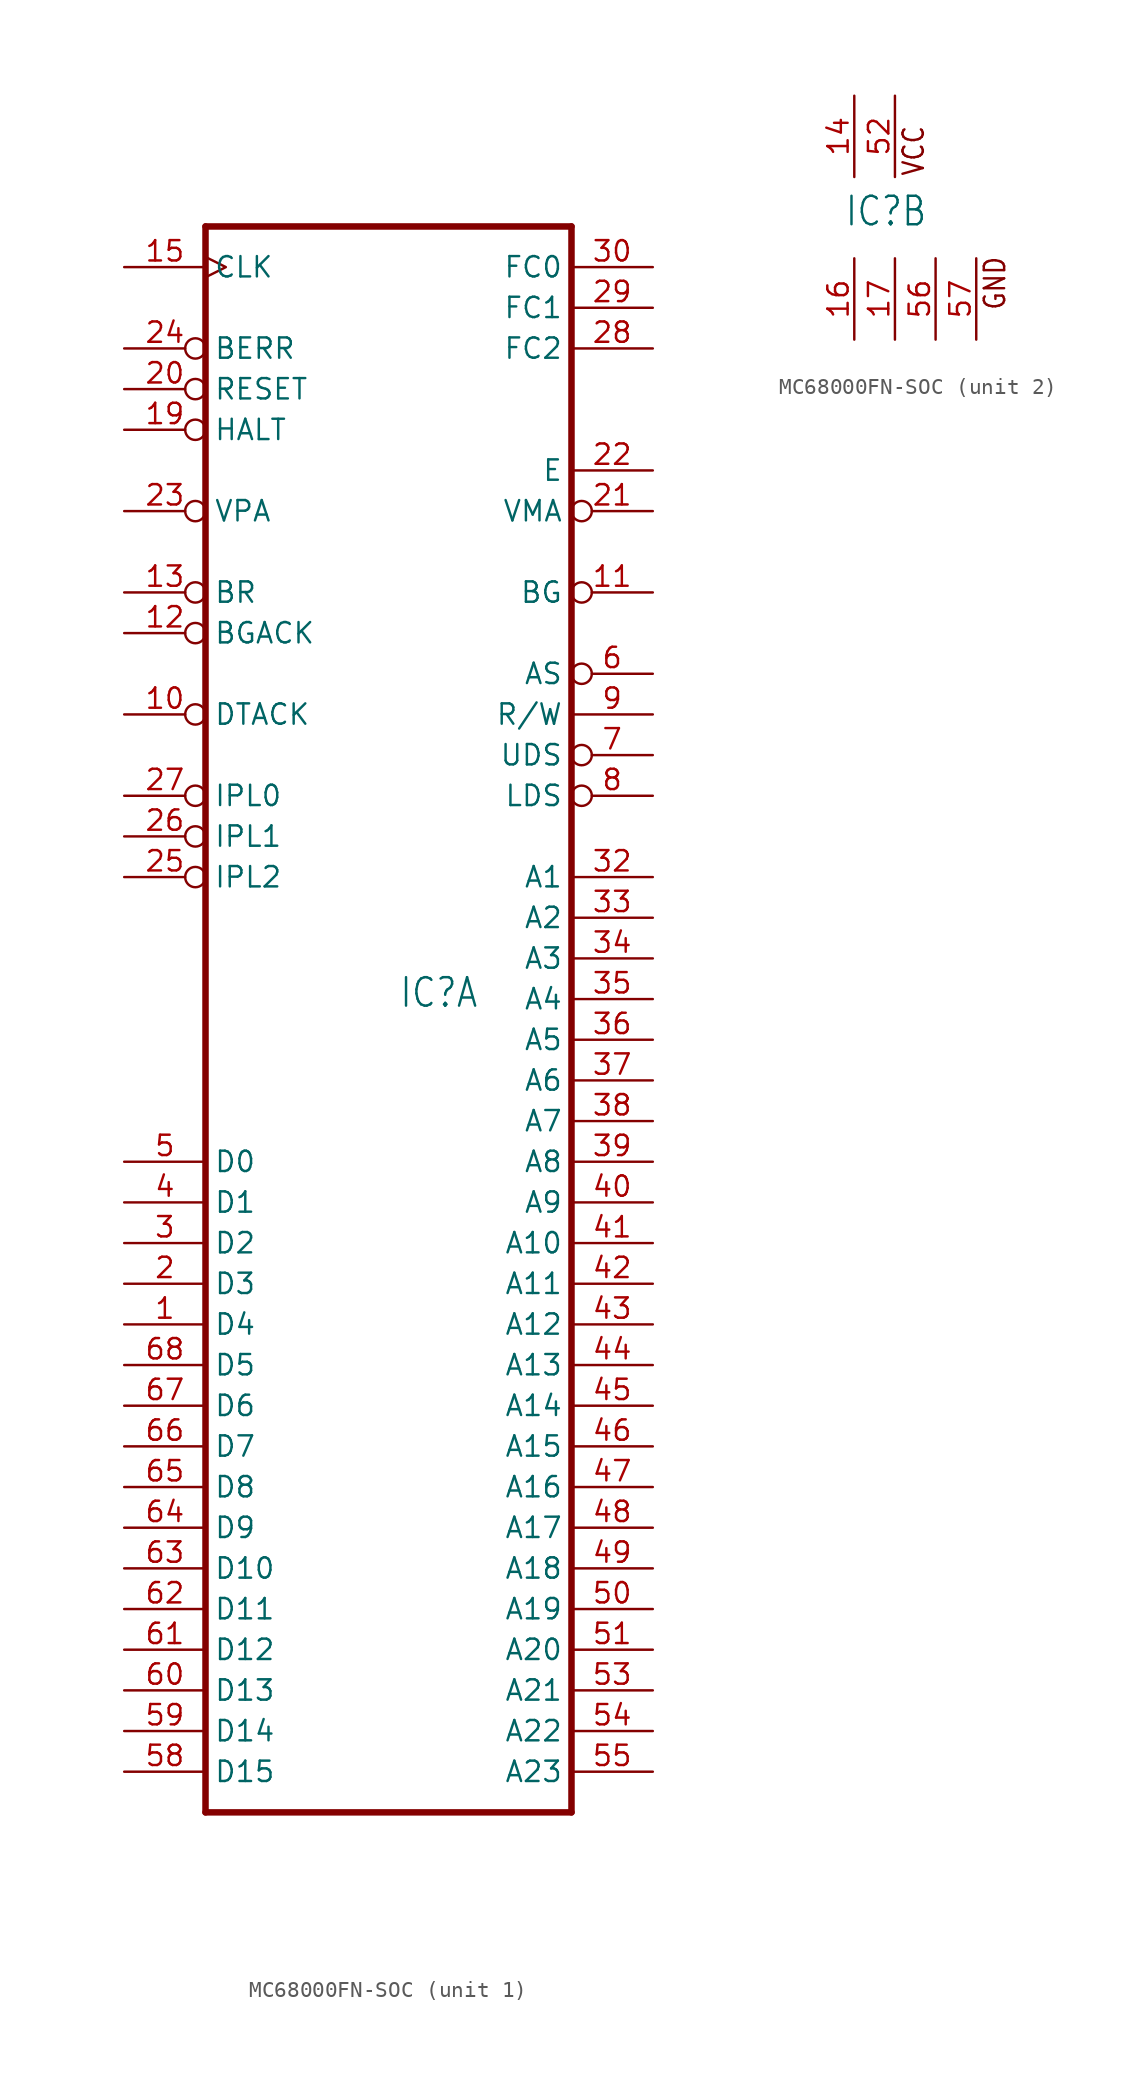
<source format=kicad_sym>
(kicad_symbol_lib
  (version 20231120)
  (generator "kicad_symbol_editor")
  (generator_version "8.0")
  (symbol "MC68000FN-SOC"
    (property "Reference" "IC"
      (at -0.635 -0.635 0)
      (effects (font (size 1.778 1.511)) (justify left bottom)))
    (property "ki_locked" ""
      (at 0 0 0)
      (effects (font (size 1.27 1.27))))
    (symbol "MC68000FN-SOC_1_0"
      (polyline (pts (xy -12.7 -50.8) (xy -12.7 48.26)) (stroke (width 0.406) (type default)) (fill (type none)))
      (polyline (pts (xy -12.7 -50.8) (xy 10.16 -50.8)) (stroke (width 0.406) (type default)) (fill (type none)))
      (polyline (pts (xy 10.16 48.26) (xy -12.7 48.26)) (stroke (width 0.406) (type default)) (fill (type none)))
      (polyline (pts (xy 10.16 48.26) (xy 10.16 -50.8)) (stroke (width 0.406) (type default)) (fill (type none)))
      (pin bidirectional line (at -17.78 -20.32 0) (length 5.08) (name "D4" (effects (font (size 1.27 1.27)))) (number "1" (effects (font (size 1.27 1.27)))))
      (pin input inverted (at -17.78 17.78 0) (length 5.08) (name "DTACK" (effects (font (size 1.27 1.27)))) (number "10" (effects (font (size 1.27 1.27)))))
      (pin output inverted (at 15.24 25.4 180) (length 5.08) (name "BG" (effects (font (size 1.27 1.27)))) (number "11" (effects (font (size 1.27 1.27)))))
      (pin input inverted (at -17.78 22.86 0) (length 5.08) (name "BGACK" (effects (font (size 1.27 1.27)))) (number "12" (effects (font (size 1.27 1.27)))))
      (pin input inverted (at -17.78 25.4 0) (length 5.08) (name "BR" (effects (font (size 1.27 1.27)))) (number "13" (effects (font (size 1.27 1.27)))))
      (pin input clock (at -17.78 45.72 0) (length 5.08) (name "CLK" (effects (font (size 1.27 1.27)))) (number "15" (effects (font (size 1.27 1.27)))))
      (pin no_connect line (at -17.78 -2.54 0) (length 5.08) hide (name "NC" (effects (font (size 1.27 1.27)))) (number "18" (effects (font (size 1.27 1.27)))))
      (pin bidirectional inverted (at -17.78 35.56 0) (length 5.08) (name "HALT" (effects (font (size 1.27 1.27)))) (number "19" (effects (font (size 1.27 1.27)))))
      (pin bidirectional line (at -17.78 -17.78 0) (length 5.08) (name "D3" (effects (font (size 1.27 1.27)))) (number "2" (effects (font (size 1.27 1.27)))))
      (pin bidirectional inverted (at -17.78 38.1 0) (length 5.08) (name "RESET" (effects (font (size 1.27 1.27)))) (number "20" (effects (font (size 1.27 1.27)))))
      (pin output inverted (at 15.24 30.48 180) (length 5.08) (name "VMA" (effects (font (size 1.27 1.27)))) (number "21" (effects (font (size 1.27 1.27)))))
      (pin output line (at 15.24 33.02 180) (length 5.08) (name "E" (effects (font (size 1.27 1.27)))) (number "22" (effects (font (size 1.27 1.27)))))
      (pin input inverted (at -17.78 30.48 0) (length 5.08) (name "VPA" (effects (font (size 1.27 1.27)))) (number "23" (effects (font (size 1.27 1.27)))))
      (pin input inverted (at -17.78 40.64 0) (length 5.08) (name "BERR" (effects (font (size 1.27 1.27)))) (number "24" (effects (font (size 1.27 1.27)))))
      (pin input inverted (at -17.78 7.62 0) (length 5.08) (name "IPL2" (effects (font (size 1.27 1.27)))) (number "25" (effects (font (size 1.27 1.27)))))
      (pin input inverted (at -17.78 10.16 0) (length 5.08) (name "IPL1" (effects (font (size 1.27 1.27)))) (number "26" (effects (font (size 1.27 1.27)))))
      (pin input inverted (at -17.78 12.7 0) (length 5.08) (name "IPL0" (effects (font (size 1.27 1.27)))) (number "27" (effects (font (size 1.27 1.27)))))
      (pin output line (at 15.24 40.64 180) (length 5.08) (name "FC2" (effects (font (size 1.27 1.27)))) (number "28" (effects (font (size 1.27 1.27)))))
      (pin output line (at 15.24 43.18 180) (length 5.08) (name "FC1" (effects (font (size 1.27 1.27)))) (number "29" (effects (font (size 1.27 1.27)))))
      (pin bidirectional line (at -17.78 -15.24 0) (length 5.08) (name "D2" (effects (font (size 1.27 1.27)))) (number "3" (effects (font (size 1.27 1.27)))))
      (pin output line (at 15.24 45.72 180) (length 5.08) (name "FC0" (effects (font (size 1.27 1.27)))) (number "30" (effects (font (size 1.27 1.27)))))
      (pin no_connect line (at -17.78 -5.08 0) (length 5.08) hide (name "NC" (effects (font (size 1.27 1.27)))) (number "31" (effects (font (size 1.27 1.27)))))
      (pin output line (at 15.24 7.62 180) (length 5.08) (name "A1" (effects (font (size 1.27 1.27)))) (number "32" (effects (font (size 1.27 1.27)))))
      (pin output line (at 15.24 5.08 180) (length 5.08) (name "A2" (effects (font (size 1.27 1.27)))) (number "33" (effects (font (size 1.27 1.27)))))
      (pin output line (at 15.24 2.54 180) (length 5.08) (name "A3" (effects (font (size 1.27 1.27)))) (number "34" (effects (font (size 1.27 1.27)))))
      (pin output line (at 15.24 0 180) (length 5.08) (name "A4" (effects (font (size 1.27 1.27)))) (number "35" (effects (font (size 1.27 1.27)))))
      (pin output line (at 15.24 -2.54 180) (length 5.08) (name "A5" (effects (font (size 1.27 1.27)))) (number "36" (effects (font (size 1.27 1.27)))))
      (pin output line (at 15.24 -5.08 180) (length 5.08) (name "A6" (effects (font (size 1.27 1.27)))) (number "37" (effects (font (size 1.27 1.27)))))
      (pin output line (at 15.24 -7.62 180) (length 5.08) (name "A7" (effects (font (size 1.27 1.27)))) (number "38" (effects (font (size 1.27 1.27)))))
      (pin output line (at 15.24 -10.16 180) (length 5.08) (name "A8" (effects (font (size 1.27 1.27)))) (number "39" (effects (font (size 1.27 1.27)))))
      (pin bidirectional line (at -17.78 -12.7 0) (length 5.08) (name "D1" (effects (font (size 1.27 1.27)))) (number "4" (effects (font (size 1.27 1.27)))))
      (pin output line (at 15.24 -12.7 180) (length 5.08) (name "A9" (effects (font (size 1.27 1.27)))) (number "40" (effects (font (size 1.27 1.27)))))
      (pin output line (at 15.24 -15.24 180) (length 5.08) (name "A10" (effects (font (size 1.27 1.27)))) (number "41" (effects (font (size 1.27 1.27)))))
      (pin output line (at 15.24 -17.78 180) (length 5.08) (name "A11" (effects (font (size 1.27 1.27)))) (number "42" (effects (font (size 1.27 1.27)))))
      (pin output line (at 15.24 -20.32 180) (length 5.08) (name "A12" (effects (font (size 1.27 1.27)))) (number "43" (effects (font (size 1.27 1.27)))))
      (pin output line (at 15.24 -22.86 180) (length 5.08) (name "A13" (effects (font (size 1.27 1.27)))) (number "44" (effects (font (size 1.27 1.27)))))
      (pin output line (at 15.24 -25.4 180) (length 5.08) (name "A14" (effects (font (size 1.27 1.27)))) (number "45" (effects (font (size 1.27 1.27)))))
      (pin output line (at 15.24 -27.94 180) (length 5.08) (name "A15" (effects (font (size 1.27 1.27)))) (number "46" (effects (font (size 1.27 1.27)))))
      (pin output line (at 15.24 -30.48 180) (length 5.08) (name "A16" (effects (font (size 1.27 1.27)))) (number "47" (effects (font (size 1.27 1.27)))))
      (pin output line (at 15.24 -33.02 180) (length 5.08) (name "A17" (effects (font (size 1.27 1.27)))) (number "48" (effects (font (size 1.27 1.27)))))
      (pin output line (at 15.24 -35.56 180) (length 5.08) (name "A18" (effects (font (size 1.27 1.27)))) (number "49" (effects (font (size 1.27 1.27)))))
      (pin bidirectional line (at -17.78 -10.16 0) (length 5.08) (name "D0" (effects (font (size 1.27 1.27)))) (number "5" (effects (font (size 1.27 1.27)))))
      (pin output line (at 15.24 -38.1 180) (length 5.08) (name "A19" (effects (font (size 1.27 1.27)))) (number "50" (effects (font (size 1.27 1.27)))))
      (pin output line (at 15.24 -40.64 180) (length 5.08) (name "A20" (effects (font (size 1.27 1.27)))) (number "51" (effects (font (size 1.27 1.27)))))
      (pin output line (at 15.24 -43.18 180) (length 5.08) (name "A21" (effects (font (size 1.27 1.27)))) (number "53" (effects (font (size 1.27 1.27)))))
      (pin output line (at 15.24 -45.72 180) (length 5.08) (name "A22" (effects (font (size 1.27 1.27)))) (number "54" (effects (font (size 1.27 1.27)))))
      (pin output line (at 15.24 -48.26 180) (length 5.08) (name "A23" (effects (font (size 1.27 1.27)))) (number "55" (effects (font (size 1.27 1.27)))))
      (pin bidirectional line (at -17.78 -48.26 0) (length 5.08) (name "D15" (effects (font (size 1.27 1.27)))) (number "58" (effects (font (size 1.27 1.27)))))
      (pin bidirectional line (at -17.78 -45.72 0) (length 5.08) (name "D14" (effects (font (size 1.27 1.27)))) (number "59" (effects (font (size 1.27 1.27)))))
      (pin output inverted (at 15.24 20.32 180) (length 5.08) (name "AS" (effects (font (size 1.27 1.27)))) (number "6" (effects (font (size 1.27 1.27)))))
      (pin bidirectional line (at -17.78 -43.18 0) (length 5.08) (name "D13" (effects (font (size 1.27 1.27)))) (number "60" (effects (font (size 1.27 1.27)))))
      (pin bidirectional line (at -17.78 -40.64 0) (length 5.08) (name "D12" (effects (font (size 1.27 1.27)))) (number "61" (effects (font (size 1.27 1.27)))))
      (pin bidirectional line (at -17.78 -38.1 0) (length 5.08) (name "D11" (effects (font (size 1.27 1.27)))) (number "62" (effects (font (size 1.27 1.27)))))
      (pin bidirectional line (at -17.78 -35.56 0) (length 5.08) (name "D10" (effects (font (size 1.27 1.27)))) (number "63" (effects (font (size 1.27 1.27)))))
      (pin bidirectional line (at -17.78 -33.02 0) (length 5.08) (name "D9" (effects (font (size 1.27 1.27)))) (number "64" (effects (font (size 1.27 1.27)))))
      (pin bidirectional line (at -17.78 -30.48 0) (length 5.08) (name "D8" (effects (font (size 1.27 1.27)))) (number "65" (effects (font (size 1.27 1.27)))))
      (pin bidirectional line (at -17.78 -27.94 0) (length 5.08) (name "D7" (effects (font (size 1.27 1.27)))) (number "66" (effects (font (size 1.27 1.27)))))
      (pin bidirectional line (at -17.78 -25.4 0) (length 5.08) (name "D6" (effects (font (size 1.27 1.27)))) (number "67" (effects (font (size 1.27 1.27)))))
      (pin bidirectional line (at -17.78 -22.86 0) (length 5.08) (name "D5" (effects (font (size 1.27 1.27)))) (number "68" (effects (font (size 1.27 1.27)))))
      (pin output inverted (at 15.24 15.24 180) (length 5.08) (name "UDS" (effects (font (size 1.27 1.27)))) (number "7" (effects (font (size 1.27 1.27)))))
      (pin output inverted (at 15.24 12.7 180) (length 5.08) (name "LDS" (effects (font (size 1.27 1.27)))) (number "8" (effects (font (size 1.27 1.27)))))
      (pin output line (at 15.24 17.78 180) (length 5.08) (name "R/W" (effects (font (size 1.27 1.27)))) (number "9" (effects (font (size 1.27 1.27))))))
    (symbol "MC68000FN-SOC_2_0"
      (text "GND" (at 9.525 -5.842 900) (effects (font (size 1.27 1.079)) (justify left bottom)))
      (text "VCC" (at 4.445 2.54 900) (effects (font (size 1.27 1.079)) (justify left bottom)))
      (pin power_in line (at 0 7.62 270) (length 5.08) (name "VCC@1" (effects (font (size 0 0)))) (number "14" (effects (font (size 1.27 1.27)))))
      (pin power_in line (at 0 -7.62 90) (length 5.08) (name "GND@1" (effects (font (size 0 0)))) (number "16" (effects (font (size 1.27 1.27)))))
      (pin power_in line (at 2.54 -7.62 90) (length 5.08) (name "GND@2" (effects (font (size 0 0)))) (number "17" (effects (font (size 1.27 1.27)))))
      (pin power_in line (at 2.54 7.62 270) (length 5.08) (name "VCC@2" (effects (font (size 0 0)))) (number "52" (effects (font (size 1.27 1.27)))))
      (pin power_in line (at 5.08 -7.62 90) (length 5.08) (name "GND@3" (effects (font (size 0 0)))) (number "56" (effects (font (size 1.27 1.27)))))
      (pin power_in line (at 7.62 -7.62 90) (length 5.08) (name "GND@4" (effects (font (size 0 0)))) (number "57" (effects (font (size 1.27 1.27))))))))
</source>
